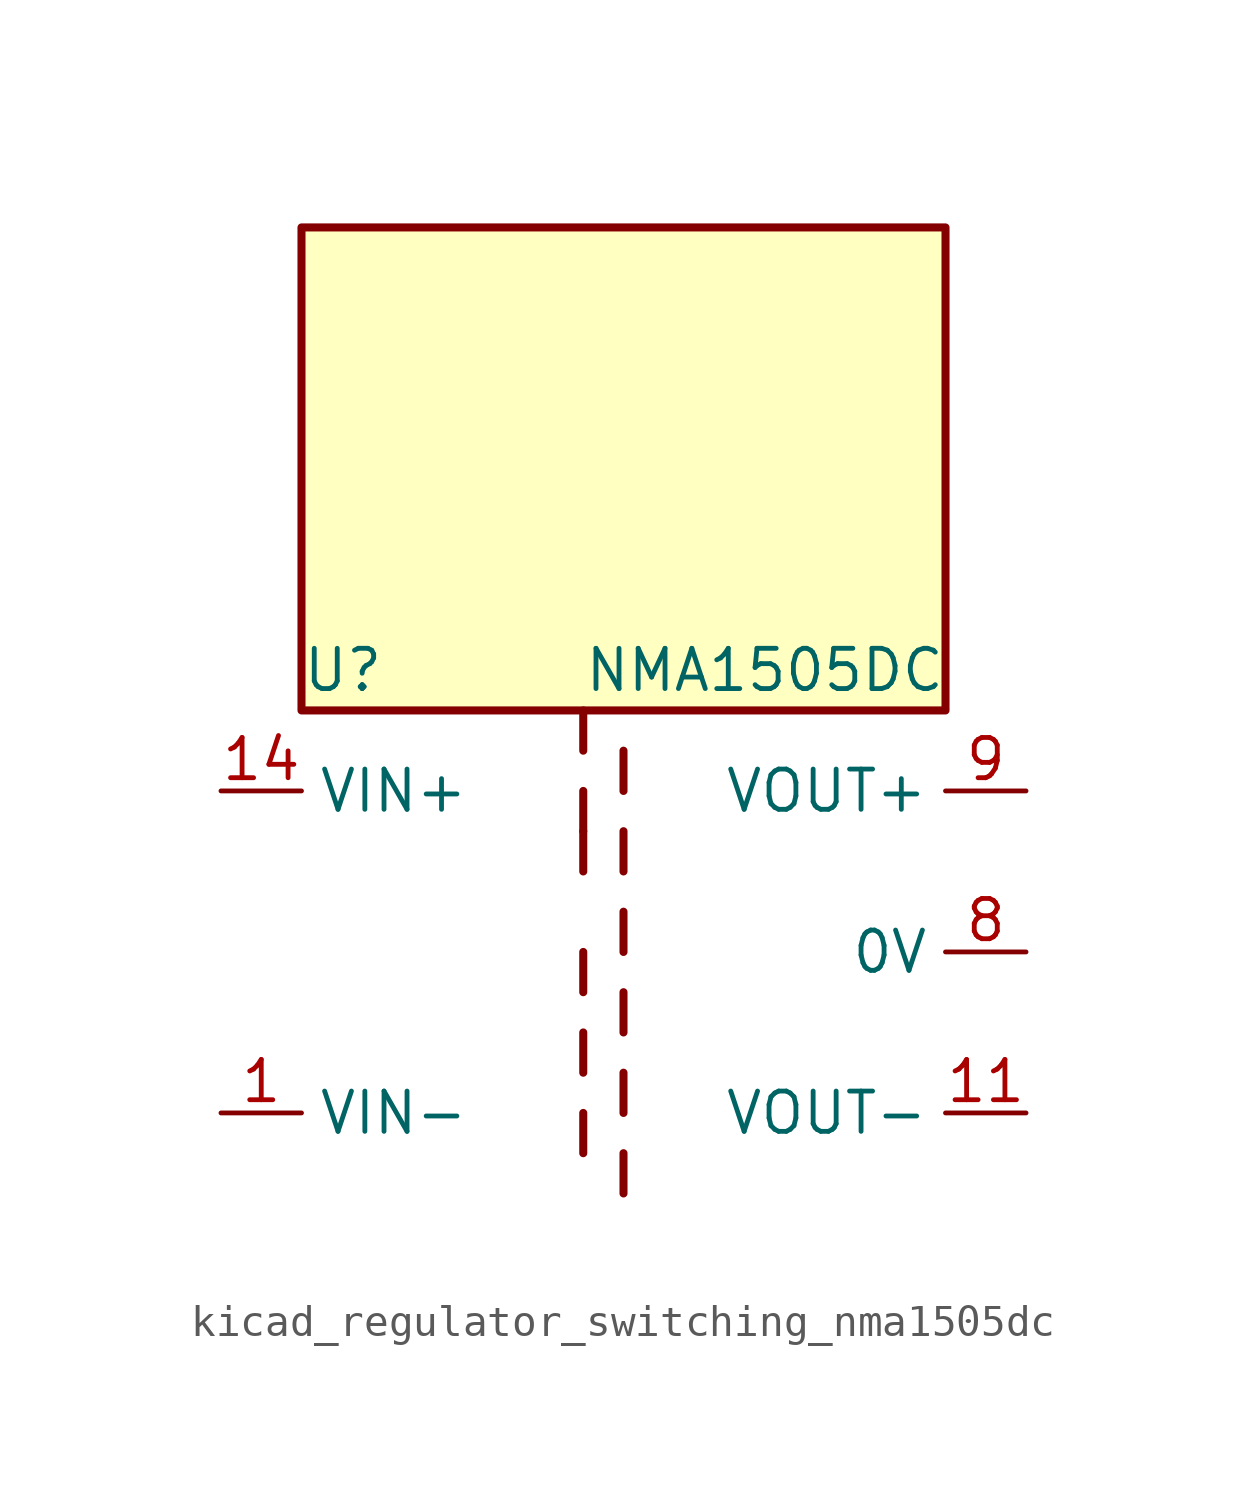
<source format=kicad_sym>
(kicad_symbol_lib
  (version 20220914)
  (generator kicad_symbol_editor)
  (symbol "kicad_regulator_switching_nma1505dc"
    (property "Reference" "U"
      (at -10.16 8.89 0)
      (effects (font (size 1.27 1.27)) (justify left)))
    (property "Value" "NMA1505DC"
      (at -1.27 8.89 0)
      (effects (font (size 1.27 1.27)) (justify left)))
    (symbol "kicad_regulator_switching_nma1505dc_0_1"
      (polyline (pts (xy -1.27 -5.08) (xy -1.27 -6.35)) (stroke (width 0.254) (type default)) (fill (type none)))
      (polyline (pts (xy -1.27 -2.54) (xy -1.27 -3.81)) (stroke (width 0.254) (type default)) (fill (type none)))
      (polyline (pts (xy -1.27 0) (xy -1.27 -1.27)) (stroke (width 0.254) (type default)) (fill (type none)))
      (polyline (pts (xy -1.27 2.54) (xy -1.27 3.81)) (stroke (width 0.254) (type default)) (fill (type none)))
      (polyline (pts (xy -1.27 5.08) (xy -1.27 3.81)) (stroke (width 0.254) (type default)) (fill (type none)))
      (polyline (pts (xy -1.27 7.62) (xy -1.27 6.35)) (stroke (width 0.254) (type default)) (fill (type none)))
      (polyline (pts (xy 0 -7.62) (xy 0 -6.35)) (stroke (width 0.254) (type default)) (fill (type none)))
      (polyline (pts (xy 0 -5.08) (xy 0 -3.81)) (stroke (width 0.254) (type default)) (fill (type none)))
      (polyline (pts (xy 0 -1.27) (xy 0 -2.54)) (stroke (width 0.254) (type default)) (fill (type none)))
      (polyline (pts (xy 0 0) (xy 0 1.27)) (stroke (width 0.254) (type default)) (fill (type none)))
      (polyline (pts (xy 0 2.54) (xy 0 3.81)) (stroke (width 0.254) (type default)) (fill (type none)))
      (polyline (pts (xy 0 5.08) (xy 0 6.35)) (stroke (width 0.254) (type default)) (fill (type none)))
      (rectangle (start 10.16 22.86) (end -10.16 7.62) (stroke (width 0.254) (type default)) (fill (type background))))
    (symbol "kicad_regulator_switching_nma1505dc_1_1"
      (pin power_in line (at -12.7 -5.08 0) (length 2.54) (name "VIN-" (effects (font (size 1.27 1.27)))) (number "1" (effects (font (size 1.27 1.27)))))
      (pin power_out line (at 12.7 -5.08 180) (length 2.54) (name "VOUT-" (effects (font (size 1.27 1.27)))) (number "11" (effects (font (size 1.27 1.27)))))
      (pin power_in line (at -12.7 5.08 0) (length 2.54) (name "VIN+" (effects (font (size 1.27 1.27)))) (number "14" (effects (font (size 1.27 1.27)))))
      (pin no_connect line (at -10.16 0 0) (length 2.54) hide (name "NC" (effects (font (size 1.27 1.27)))) (number "7" (effects (font (size 1.27 1.27)))))
      (pin power_out line (at 12.7 0 180) (length 2.54) (name "0V" (effects (font (size 1.27 1.27)))) (number "8" (effects (font (size 1.27 1.27)))))
      (pin power_out line (at 12.7 5.08 180) (length 2.54) (name "VOUT+" (effects (font (size 1.27 1.27)))) (number "9" (effects (font (size 1.27 1.27))))))))
</source>
